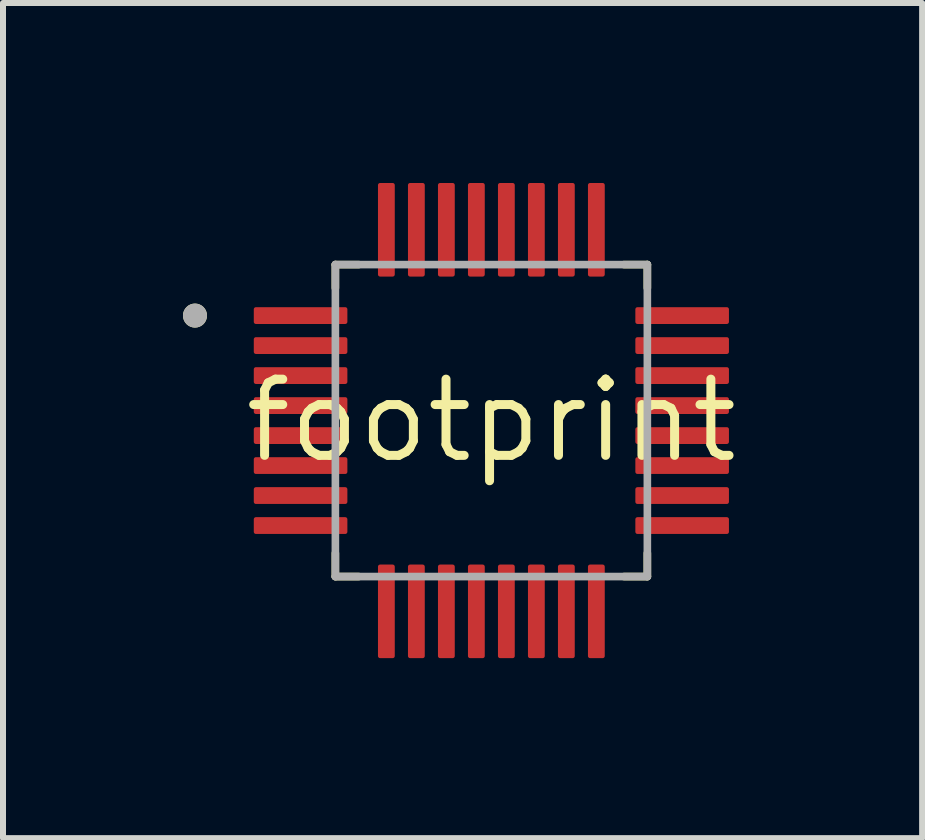
<source format=kicad_pcb>
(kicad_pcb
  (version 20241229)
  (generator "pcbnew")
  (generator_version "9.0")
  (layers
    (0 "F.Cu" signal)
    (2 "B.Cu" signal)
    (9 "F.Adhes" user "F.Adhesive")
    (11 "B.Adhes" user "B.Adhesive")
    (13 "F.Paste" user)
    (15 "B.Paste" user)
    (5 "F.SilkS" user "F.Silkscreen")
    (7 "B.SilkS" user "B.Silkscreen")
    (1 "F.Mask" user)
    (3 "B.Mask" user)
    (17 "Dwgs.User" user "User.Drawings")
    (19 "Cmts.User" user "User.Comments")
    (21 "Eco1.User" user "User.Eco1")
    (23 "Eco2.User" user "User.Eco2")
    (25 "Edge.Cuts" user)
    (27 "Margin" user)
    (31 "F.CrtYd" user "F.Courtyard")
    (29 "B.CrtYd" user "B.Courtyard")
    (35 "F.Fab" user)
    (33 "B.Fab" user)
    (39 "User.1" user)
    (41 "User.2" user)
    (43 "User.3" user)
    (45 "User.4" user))
  (footprint "footprint"
    (layer "F.Cu")
    (at 5.14 3.96)
    (property "Reference" "footprint" (at 0 0 0) (layer "F.SilkS") (effects (font (size 1.27 1.27) (thickness 0.15))))
    (fp_line (start -2.6 -2.6) (end -2.6 -2.21) (stroke (width 0.127) (type solid)) (layer "F.SilkS"))
    (fp_line (start -2.6 -2.6) (end -2.21 -2.6) (stroke (width 0.127) (type solid)) (layer "F.SilkS"))
    (fp_line (start -2.6 2.6) (end -2.6 2.21) (stroke (width 0.127) (type solid)) (layer "F.SilkS"))
    (fp_line (start -2.6 2.6) (end -2.21 2.6) (stroke (width 0.127) (type solid)) (layer "F.SilkS"))
    (fp_line (start 2.6 -2.6) (end 2.21 -2.6) (stroke (width 0.127) (type solid)) (layer "F.SilkS"))
    (fp_line (start 2.6 -2.6) (end 2.6 -2.21) (stroke (width 0.127) (type solid)) (layer "F.SilkS"))
    (fp_line (start 2.6 2.6) (end 2.21 2.6) (stroke (width 0.127) (type solid)) (layer "F.SilkS"))
    (fp_line (start 2.6 2.6) (end 2.6 2.21) (stroke (width 0.127) (type solid)) (layer "F.SilkS"))
    (fp_circle (center -4.94 -1.75) (end -4.84 -1.75) (stroke (width 0.2) (type solid)) (fill no) (layer "F.SilkS"))
    (fp_line (start -2.6 2.6) (end -2.6 -2.6) (stroke (width 0.127) (type solid)) (layer "F.Fab"))
    (fp_line (start 2.6 -2.6) (end -2.6 -2.6) (stroke (width 0.127) (type solid)) (layer "F.Fab"))
    (fp_line (start 2.6 2.6) (end -2.6 2.6) (stroke (width 0.127) (type solid)) (layer "F.Fab"))
    (fp_line (start 2.6 2.6) (end 2.6 -2.6) (stroke (width 0.127) (type solid)) (layer "F.Fab"))
    (fp_circle (center -4.94 -1.75) (end -4.84 -1.75) (stroke (width 0.2) (type solid)) (fill no) (layer "F.Fab"))
    (pad "1" smd roundrect (at -3.18 -1.75) (size 1.56 0.28) (layers "F.Cu" "F.Mask" "F.Paste") (roundrect_rratio 0.125))
    (pad "2" smd roundrect (at -3.18 -1.25) (size 1.56 0.28) (layers "F.Cu" "F.Mask" "F.Paste") (roundrect_rratio 0.125))
    (pad "3" smd roundrect (at -3.18 -0.75) (size 1.56 0.28) (layers "F.Cu" "F.Mask" "F.Paste") (roundrect_rratio 0.125))
    (pad "4" smd roundrect (at -3.18 -0.25) (size 1.56 0.28) (layers "F.Cu" "F.Mask" "F.Paste") (roundrect_rratio 0.125))
    (pad "5" smd roundrect (at -3.18 0.25) (size 1.56 0.28) (layers "F.Cu" "F.Mask" "F.Paste") (roundrect_rratio 0.125))
    (pad "6" smd roundrect (at -3.18 0.75) (size 1.56 0.28) (layers "F.Cu" "F.Mask" "F.Paste") (roundrect_rratio 0.125))
    (pad "7" smd roundrect (at -3.18 1.25) (size 1.56 0.28) (layers "F.Cu" "F.Mask" "F.Paste") (roundrect_rratio 0.125))
    (pad "8" smd roundrect (at -3.18 1.75) (size 1.56 0.28) (layers "F.Cu" "F.Mask" "F.Paste") (roundrect_rratio 0.125))
    (pad "9" smd roundrect (at -1.75 3.18 90) (size 1.56 0.28) (layers "F.Cu" "F.Mask" "F.Paste") (roundrect_rratio 0.125))
    (pad "10" smd roundrect (at -1.25 3.18 90) (size 1.56 0.28) (layers "F.Cu" "F.Mask" "F.Paste") (roundrect_rratio 0.125))
    (pad "11" smd roundrect (at -0.75 3.18 90) (size 1.56 0.28) (layers "F.Cu" "F.Mask" "F.Paste") (roundrect_rratio 0.125))
    (pad "12" smd roundrect (at -0.25 3.18 90) (size 1.56 0.28) (layers "F.Cu" "F.Mask" "F.Paste") (roundrect_rratio 0.125))
    (pad "13" smd roundrect (at 0.25 3.18 90) (size 1.56 0.28) (layers "F.Cu" "F.Mask" "F.Paste") (roundrect_rratio 0.125))
    (pad "14" smd roundrect (at 0.75 3.18 90) (size 1.56 0.28) (layers "F.Cu" "F.Mask" "F.Paste") (roundrect_rratio 0.125))
    (pad "15" smd roundrect (at 1.25 3.18 90) (size 1.56 0.28) (layers "F.Cu" "F.Mask" "F.Paste") (roundrect_rratio 0.125))
    (pad "16" smd roundrect (at 1.75 3.18 90) (size 1.56 0.28) (layers "F.Cu" "F.Mask" "F.Paste") (roundrect_rratio 0.125))
    (pad "17" smd roundrect (at 3.18 1.75) (size 1.56 0.28) (layers "F.Cu" "F.Mask" "F.Paste") (roundrect_rratio 0.125))
    (pad "18" smd roundrect (at 3.18 1.25) (size 1.56 0.28) (layers "F.Cu" "F.Mask" "F.Paste") (roundrect_rratio 0.125))
    (pad "19" smd roundrect (at 3.18 0.75) (size 1.56 0.28) (layers "F.Cu" "F.Mask" "F.Paste") (roundrect_rratio 0.125))
    (pad "20" smd roundrect (at 3.18 0.25) (size 1.56 0.28) (layers "F.Cu" "F.Mask" "F.Paste") (roundrect_rratio 0.125))
    (pad "21" smd roundrect (at 3.18 -0.25) (size 1.56 0.28) (layers "F.Cu" "F.Mask" "F.Paste") (roundrect_rratio 0.125))
    (pad "22" smd roundrect (at 3.18 -0.75) (size 1.56 0.28) (layers "F.Cu" "F.Mask" "F.Paste") (roundrect_rratio 0.125))
    (pad "23" smd roundrect (at 3.18 -1.25) (size 1.56 0.28) (layers "F.Cu" "F.Mask" "F.Paste") (roundrect_rratio 0.125))
    (pad "24" smd roundrect (at 3.18 -1.75) (size 1.56 0.28) (layers "F.Cu" "F.Mask" "F.Paste") (roundrect_rratio 0.125))
    (pad "25" smd roundrect (at 1.75 -3.18 90) (size 1.56 0.28) (layers "F.Cu" "F.Mask" "F.Paste") (roundrect_rratio 0.125))
    (pad "26" smd roundrect (at 1.25 -3.18 90) (size 1.56 0.28) (layers "F.Cu" "F.Mask" "F.Paste") (roundrect_rratio 0.125))
    (pad "27" smd roundrect (at 0.75 -3.18 90) (size 1.56 0.28) (layers "F.Cu" "F.Mask" "F.Paste") (roundrect_rratio 0.125))
    (pad "28" smd roundrect (at 0.25 -3.18 90) (size 1.56 0.28) (layers "F.Cu" "F.Mask" "F.Paste") (roundrect_rratio 0.125))
    (pad "29" smd roundrect (at -0.25 -3.18 90) (size 1.56 0.28) (layers "F.Cu" "F.Mask" "F.Paste") (roundrect_rratio 0.125))
    (pad "30" smd roundrect (at -0.75 -3.18 90) (size 1.56 0.28) (layers "F.Cu" "F.Mask" "F.Paste") (roundrect_rratio 0.125))
    (pad "31" smd roundrect (at -1.25 -3.18 90) (size 1.56 0.28) (layers "F.Cu" "F.Mask" "F.Paste") (roundrect_rratio 0.125))
    (pad "32" smd roundrect (at -1.75 -3.18 90) (size 1.56 0.28) (layers "F.Cu" "F.Mask" "F.Paste") (roundrect_rratio 0.125)))
  (gr_rect
    (start -3 -3)
    (end 12.32 10.92)
    (stroke (width 0.1) (type default))
    (fill no)
    (layer "Edge.Cuts")))
</source>
